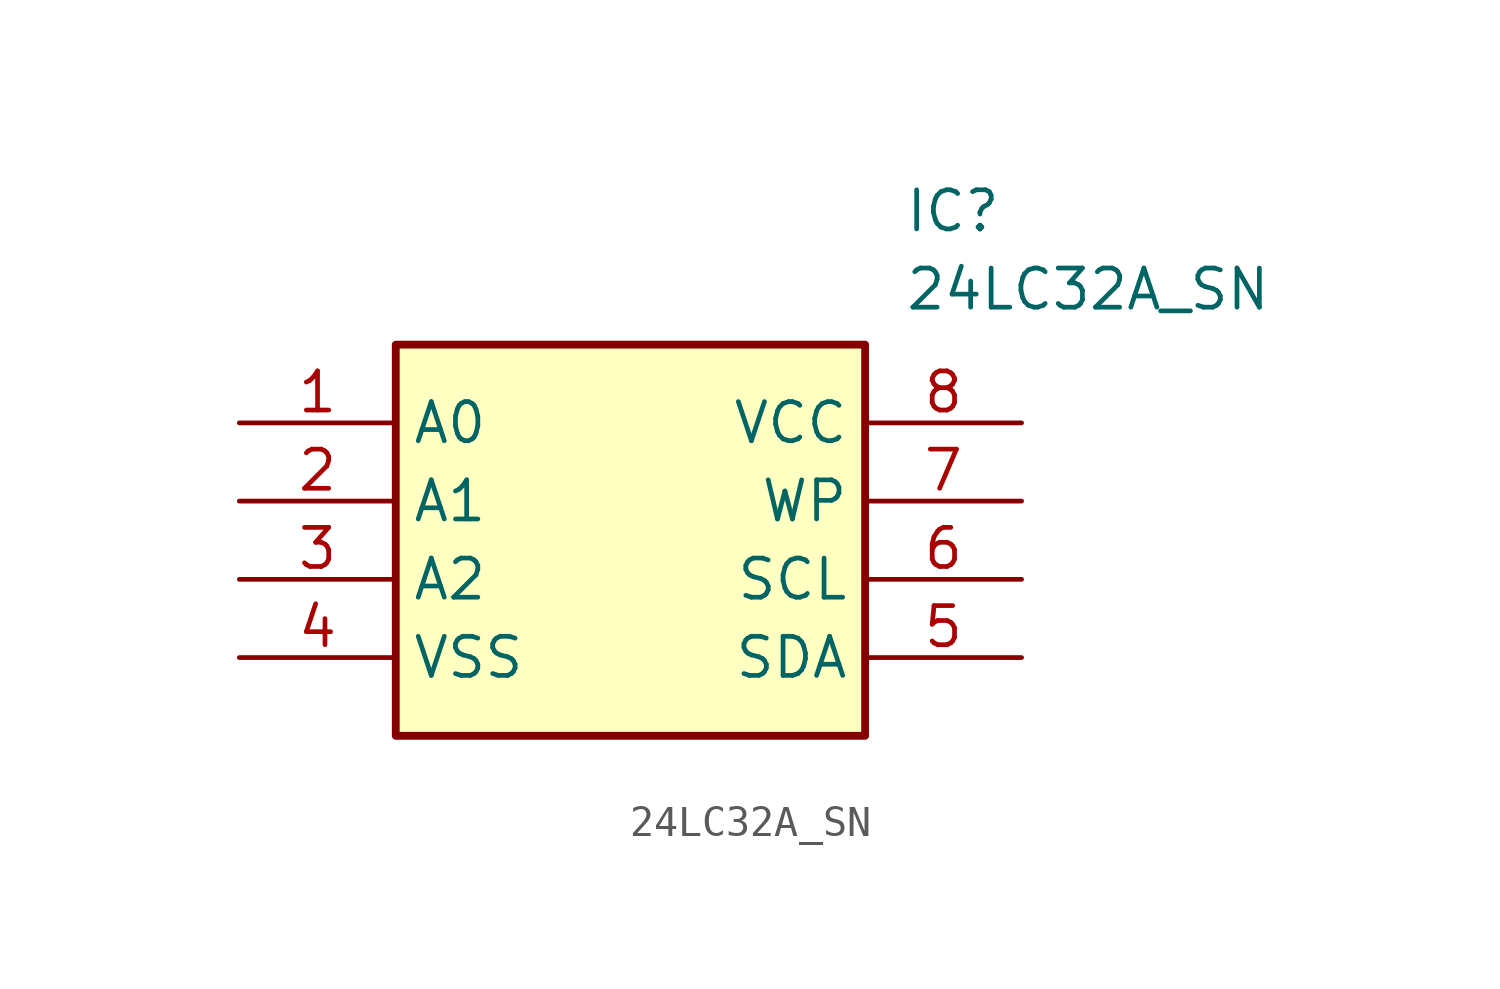
<source format=kicad_sym>
(kicad_symbol_lib
  (version 20211014)
  (generator SamacSys_ECAD_Model)
  (symbol "24LC32A_SN"
    (property "Reference" "IC"
      (at 21.59 7.62 0)
      (effects (font (size 1.27 1.27)) (justify left top)))
    (property "Value" "24LC32A_SN"
      (at 21.59 5.08 0)
      (effects (font (size 1.27 1.27)) (justify left top)))
    (rectangle
      (start 5.08 2.54)
      (end 20.32 -10.16)
      (stroke (width 0.254) (type default))
      (fill (type background)))
    (pin passive line
      (at 0 0 0)
      (length 5.08)
      (name "A0" (effects (font (size 1.27 1.27))))
      (number "1" (effects (font (size 1.27 1.27)))))
    (pin passive line
      (at 0 -2.54 0)
      (length 5.08)
      (name "A1" (effects (font (size 1.27 1.27))))
      (number "2" (effects (font (size 1.27 1.27)))))
    (pin passive line
      (at 0 -5.08 0)
      (length 5.08)
      (name "A2" (effects (font (size 1.27 1.27))))
      (number "3" (effects (font (size 1.27 1.27)))))
    (pin passive line
      (at 0 -7.62 0)
      (length 5.08)
      (name "VSS" (effects (font (size 1.27 1.27))))
      (number "4" (effects (font (size 1.27 1.27)))))
    (pin passive line
      (at 25.4 0 180)
      (length 5.08)
      (name "VCC" (effects (font (size 1.27 1.27))))
      (number "8" (effects (font (size 1.27 1.27)))))
    (pin passive line
      (at 25.4 -2.54 180)
      (length 5.08)
      (name "WP" (effects (font (size 1.27 1.27))))
      (number "7" (effects (font (size 1.27 1.27)))))
    (pin passive line
      (at 25.4 -5.08 180)
      (length 5.08)
      (name "SCL" (effects (font (size 1.27 1.27))))
      (number "6" (effects (font (size 1.27 1.27)))))
    (pin passive line
      (at 25.4 -7.62 180)
      (length 5.08)
      (name "SDA" (effects (font (size 1.27 1.27))))
      (number "5" (effects (font (size 1.27 1.27)))))))
</source>
